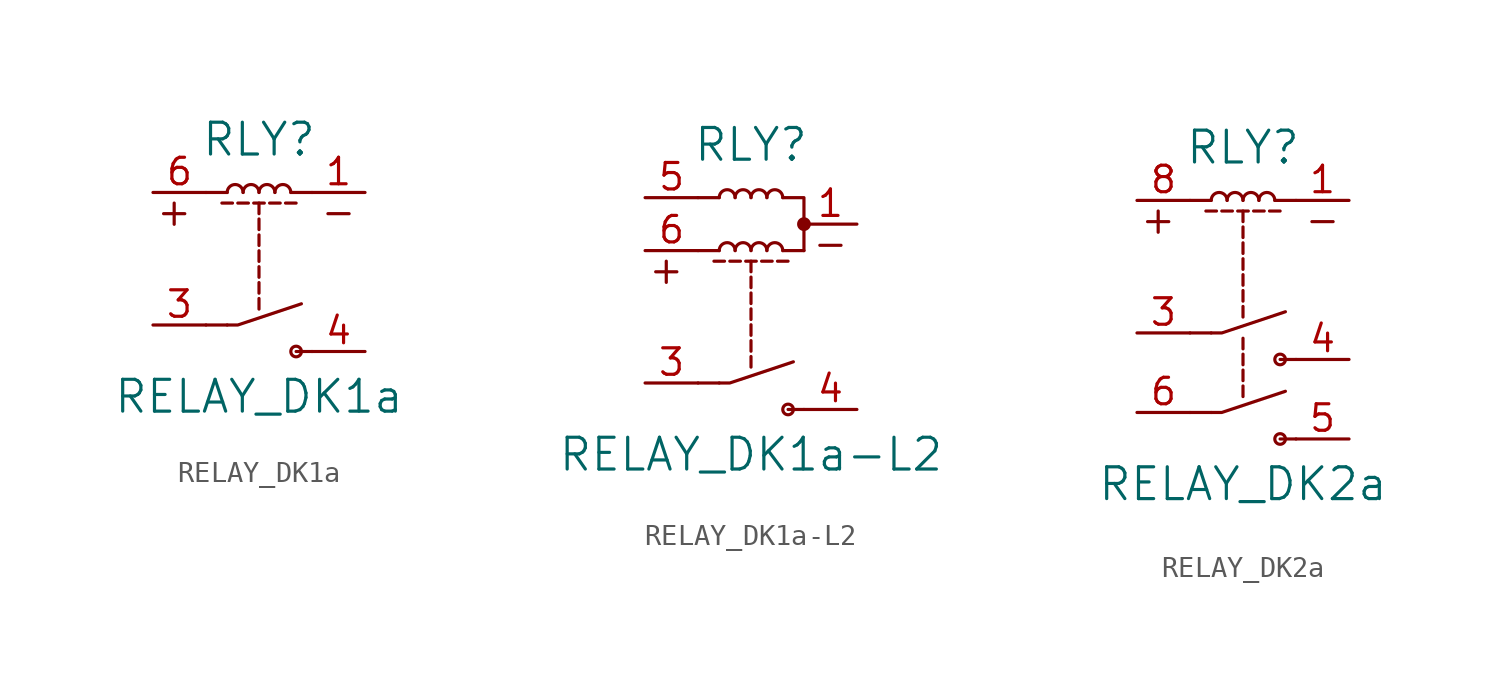
<source format=kicad_sym>
(kicad_symbol_lib
  (version 20220914)
  (generator kicad_symbol_editor)
  (symbol "RELAY_DK1a"
    (pin_names
      (offset 1.016))
    (property "Reference" "RLY"
      (at 0 6.35 0)
      (effects (font (size 1.524 1.524))))
    (property "Value" "RELAY_DK1a"
      (at 0 -5.969 0)
      (effects (font (size 1.524 1.524))))
    (property "Footprint" ""
      (at 0 0 0)
      (effects (font (size 1.524 1.524))))
    (property "Datasheet" ""
      (at 0 0 0)
      (effects (font (size 1.524 1.524))))
    (symbol "RELAY_DK1a_0_1"
      (arc (start -0.762 3.81) (mid -1.143 4.1894) (end -1.524 3.81) (stroke (width 0) (type solid)) (fill (type none)))
      (polyline (pts (xy -4.572 2.794) (xy -3.556 2.794)) (stroke (width 0) (type solid)) (fill (type none)))
      (polyline (pts (xy -4.064 3.302) (xy -4.064 2.286)) (stroke (width 0) (type solid)) (fill (type none)))
      (polyline (pts (xy 3.302 2.794) (xy 4.318 2.794)) (stroke (width 0) (type solid)) (fill (type none)))
      (polyline (pts (xy -1.778 3.302) (xy -1.27 3.302) (xy -1.27 3.302)) (stroke (width 0) (type solid)) (fill (type none)))
      (polyline (pts (xy -1.524 -2.54) (xy -2.54 -2.54) (xy -2.54 -2.54)) (stroke (width 0) (type solid)) (fill (type none)))
      (polyline (pts (xy -1.524 3.81) (xy -2.54 3.81) (xy -2.54 3.81)) (stroke (width 0) (type solid)) (fill (type none)))
      (polyline (pts (xy -1.016 3.302) (xy -0.508 3.302) (xy -0.508 3.302)) (stroke (width 0) (type solid)) (fill (type none)))
      (polyline (pts (xy -0.254 3.302) (xy 0.254 3.302) (xy 0.254 3.302)) (stroke (width 0) (type solid)) (fill (type none)))
      (polyline (pts (xy 0 -1.27) (xy 0 -1.778) (xy 0 -1.778)) (stroke (width 0) (type solid)) (fill (type none)))
      (polyline (pts (xy 0 -0.508) (xy 0 -1.016) (xy 0 -1.016)) (stroke (width 0) (type solid)) (fill (type none)))
      (polyline (pts (xy 0 0.254) (xy 0 -0.254) (xy 0 -0.254)) (stroke (width 0) (type solid)) (fill (type none)))
      (polyline (pts (xy 0 1.016) (xy 0 0.508) (xy 0 0.508)) (stroke (width 0) (type solid)) (fill (type none)))
      (polyline (pts (xy 0 1.778) (xy 0 1.27) (xy 0 1.27)) (stroke (width 0) (type solid)) (fill (type none)))
      (polyline (pts (xy 0 2.54) (xy 0 2.032) (xy 0 2.032)) (stroke (width 0) (type solid)) (fill (type none)))
      (polyline (pts (xy 0 3.302) (xy 0 2.794) (xy 0 2.794)) (stroke (width 0) (type solid)) (fill (type none)))
      (polyline (pts (xy 0.508 3.302) (xy 1.016 3.302) (xy 1.016 3.302)) (stroke (width 0) (type solid)) (fill (type none)))
      (polyline (pts (xy 1.27 3.302) (xy 1.778 3.302) (xy 1.778 3.302)) (stroke (width 0) (type solid)) (fill (type none)))
      (polyline (pts (xy 1.524 3.81) (xy 2.54 3.81) (xy 2.54 3.81)) (stroke (width 0) (type solid)) (fill (type none)))
      (polyline (pts (xy 2.54 -3.81) (xy 1.778 -3.81) (xy 1.778 -3.81)) (stroke (width 0) (type solid)) (fill (type none)))
      (polyline (pts (xy -1.524 -2.54) (xy -1.016 -2.54) (xy 2.032 -1.524) (xy 2.032 -1.524)) (stroke (width 0) (type solid)) (fill (type none)))
      (arc (start 0 3.81) (mid -0.381 4.1894) (end -0.762 3.81) (stroke (width 0) (type solid)) (fill (type none)))
      (arc (start 0.762 3.81) (mid 0.381 4.1894) (end 0 3.81) (stroke (width 0) (type solid)) (fill (type none)))
      (arc (start 1.524 3.81) (mid 1.143 4.1894) (end 0.762 3.81) (stroke (width 0) (type solid)) (fill (type none)))
      (circle (center 1.778 -3.81) (radius 0.254) (stroke (width 0) (type solid)) (fill (type none))))
    (symbol "RELAY_DK1a_1_1"
      (pin passive line (at 5.08 3.81 180) (length 2.54) (name "~" (effects (font (size 1.27 1.27)))) (number "1" (effects (font (size 1.27 1.27)))))
      (pin passive line (at -5.08 -2.54 0) (length 2.54) (name "~" (effects (font (size 1.27 1.27)))) (number "3" (effects (font (size 1.27 1.27)))))
      (pin passive line (at 5.08 -3.81 180) (length 2.54) (name "~" (effects (font (size 1.27 1.27)))) (number "4" (effects (font (size 1.27 1.27)))))
      (pin passive line (at -5.08 3.81 0) (length 2.54) (name "~" (effects (font (size 1.27 1.27)))) (number "6" (effects (font (size 1.27 1.27)))))))
  (symbol "RELAY_DK1a-L2"
    (pin_names
      (offset 1.016))
    (property "Reference" "RLY"
      (at 0 7.62 0)
      (effects (font (size 1.524 1.524))))
    (property "Value" "RELAY_DK1a-L2"
      (at 0 -7.239 0)
      (effects (font (size 1.524 1.524))))
    (property "Footprint" ""
      (at 0 0 0)
      (effects (font (size 1.524 1.524))))
    (property "Datasheet" ""
      (at 0 0 0)
      (effects (font (size 1.524 1.524))))
    (symbol "RELAY_DK1a-L2_0_1"
      (arc (start -0.762 2.54) (mid -1.143 2.9194) (end -1.524 2.54) (stroke (width 0) (type solid)) (fill (type none)))
      (arc (start -0.762 5.08) (mid -1.143 5.4594) (end -1.524 5.08) (stroke (width 0) (type solid)) (fill (type none)))
      (polyline (pts (xy -4.572 1.524) (xy -3.556 1.524)) (stroke (width 0) (type solid)) (fill (type none)))
      (polyline (pts (xy -4.064 2.032) (xy -4.064 1.016)) (stroke (width 0) (type solid)) (fill (type none)))
      (polyline (pts (xy -2.54 5.08) (xy -1.524 5.08)) (stroke (width 0) (type solid)) (fill (type none)))
      (polyline (pts (xy 3.302 2.794) (xy 4.318 2.794)) (stroke (width 0) (type solid)) (fill (type none)))
      (polyline (pts (xy -1.778 2.032) (xy -1.27 2.032) (xy -1.27 2.032)) (stroke (width 0) (type solid)) (fill (type none)))
      (polyline (pts (xy -1.524 -3.81) (xy -2.54 -3.81) (xy -2.54 -3.81)) (stroke (width 0) (type solid)) (fill (type none)))
      (polyline (pts (xy -1.524 2.54) (xy -2.54 2.54) (xy -2.54 2.54)) (stroke (width 0) (type solid)) (fill (type none)))
      (polyline (pts (xy -1.016 2.032) (xy -0.508 2.032) (xy -0.508 2.032)) (stroke (width 0) (type solid)) (fill (type none)))
      (polyline (pts (xy -0.254 2.032) (xy 0.254 2.032) (xy 0.254 2.032)) (stroke (width 0) (type solid)) (fill (type none)))
      (polyline (pts (xy 0 -2.54) (xy 0 -3.048) (xy 0 -3.048)) (stroke (width 0) (type solid)) (fill (type none)))
      (polyline (pts (xy 0 -1.778) (xy 0 -2.286) (xy 0 -2.286)) (stroke (width 0) (type solid)) (fill (type none)))
      (polyline (pts (xy 0 -1.016) (xy 0 -1.524) (xy 0 -1.524)) (stroke (width 0) (type solid)) (fill (type none)))
      (polyline (pts (xy 0 -0.254) (xy 0 -0.762) (xy 0 -0.762)) (stroke (width 0) (type solid)) (fill (type none)))
      (polyline (pts (xy 0 0.508) (xy 0 0) (xy 0 0)) (stroke (width 0) (type solid)) (fill (type none)))
      (polyline (pts (xy 0 1.27) (xy 0 0.762) (xy 0 0.762)) (stroke (width 0) (type solid)) (fill (type none)))
      (polyline (pts (xy 0 2.032) (xy 0 1.524) (xy 0 1.524)) (stroke (width 0) (type solid)) (fill (type none)))
      (polyline (pts (xy 0.508 2.032) (xy 1.016 2.032) (xy 1.016 2.032)) (stroke (width 0) (type solid)) (fill (type none)))
      (polyline (pts (xy 1.27 2.032) (xy 1.778 2.032) (xy 1.778 2.032)) (stroke (width 0) (type solid)) (fill (type none)))
      (polyline (pts (xy 1.524 2.54) (xy 2.54 2.54) (xy 2.54 2.54)) (stroke (width 0) (type solid)) (fill (type none)))
      (polyline (pts (xy 2.54 -5.08) (xy 1.778 -5.08) (xy 1.778 -5.08)) (stroke (width 0) (type solid)) (fill (type none)))
      (polyline (pts (xy 2.54 2.54) (xy 2.54 5.08) (xy 1.524 5.08)) (stroke (width 0) (type solid)) (fill (type none)))
      (polyline (pts (xy -1.524 -3.81) (xy -1.016 -3.81) (xy 2.032 -2.794) (xy 2.032 -2.794)) (stroke (width 0) (type solid)) (fill (type none)))
      (arc (start 0 2.54) (mid -0.381 2.9194) (end -0.762 2.54) (stroke (width 0) (type solid)) (fill (type none)))
      (arc (start 0 5.08) (mid -0.381 5.4594) (end -0.762 5.08) (stroke (width 0) (type solid)) (fill (type none)))
      (arc (start 0.762 2.54) (mid 0.381 2.9194) (end 0 2.54) (stroke (width 0) (type solid)) (fill (type none)))
      (arc (start 0.762 5.08) (mid 0.381 5.4594) (end 0 5.08) (stroke (width 0) (type solid)) (fill (type none)))
      (arc (start 1.524 2.54) (mid 1.143 2.9194) (end 0.762 2.54) (stroke (width 0) (type solid)) (fill (type none)))
      (arc (start 1.524 5.08) (mid 1.143 5.4594) (end 0.762 5.08) (stroke (width 0) (type solid)) (fill (type none)))
      (circle (center 1.778 -5.08) (radius 0.254) (stroke (width 0) (type solid)) (fill (type none)))
      (circle (center 2.54 3.81) (radius 0.254) (stroke (width 0) (type solid)) (fill (type outline))))
    (symbol "RELAY_DK1a-L2_1_1"
      (pin passive line (at 5.08 3.81 180) (length 2.54) (name "~" (effects (font (size 1.27 1.27)))) (number "1" (effects (font (size 1.27 1.27)))))
      (pin passive line (at -5.08 -3.81 0) (length 2.54) (name "~" (effects (font (size 1.27 1.27)))) (number "3" (effects (font (size 1.27 1.27)))))
      (pin passive line (at 5.08 -5.08 180) (length 2.54) (name "~" (effects (font (size 1.27 1.27)))) (number "4" (effects (font (size 1.27 1.27)))))
      (pin passive line (at -5.08 5.08 0) (length 2.54) (name "~" (effects (font (size 1.27 1.27)))) (number "5" (effects (font (size 1.27 1.27)))))
      (pin passive line (at -5.08 2.54 0) (length 2.54) (name "~" (effects (font (size 1.27 1.27)))) (number "6" (effects (font (size 1.27 1.27)))))))
  (symbol "RELAY_DK2a"
    (pin_names
      (offset 1.016))
    (property "Reference" "RLY"
      (at 0 7.62 0)
      (effects (font (size 1.524 1.524))))
    (property "Value" "RELAY_DK2a"
      (at 0 -8.509 0)
      (effects (font (size 1.524 1.524))))
    (property "Footprint" ""
      (at 0 0 0)
      (effects (font (size 1.524 1.524))))
    (property "Datasheet" ""
      (at 0 0 0)
      (effects (font (size 1.524 1.524))))
    (symbol "RELAY_DK2a_0_1"
      (arc (start -0.762 5.08) (mid -1.143 5.4594) (end -1.524 5.08) (stroke (width 0) (type solid)) (fill (type none)))
      (polyline (pts (xy -4.572 4.064) (xy -3.556 4.064)) (stroke (width 0) (type solid)) (fill (type none)))
      (polyline (pts (xy -4.064 4.572) (xy -4.064 3.556)) (stroke (width 0) (type solid)) (fill (type none)))
      (polyline (pts (xy 3.302 4.064) (xy 4.318 4.064)) (stroke (width 0) (type solid)) (fill (type none)))
      (polyline (pts (xy -1.778 4.572) (xy -1.27 4.572) (xy -1.27 4.572)) (stroke (width 0) (type solid)) (fill (type none)))
      (polyline (pts (xy -1.524 -5.08) (xy -2.54 -5.08) (xy -2.54 -5.08)) (stroke (width 0) (type solid)) (fill (type none)))
      (polyline (pts (xy -1.524 -1.27) (xy -2.54 -1.27) (xy -2.54 -1.27)) (stroke (width 0) (type solid)) (fill (type none)))
      (polyline (pts (xy -1.524 5.08) (xy -2.54 5.08) (xy -2.54 5.08)) (stroke (width 0) (type solid)) (fill (type none)))
      (polyline (pts (xy -1.016 4.572) (xy -0.508 4.572) (xy -0.508 4.572)) (stroke (width 0) (type solid)) (fill (type none)))
      (polyline (pts (xy -0.254 4.572) (xy 0.254 4.572) (xy 0.254 4.572)) (stroke (width 0) (type solid)) (fill (type none)))
      (polyline (pts (xy 0 -3.81) (xy 0 -4.318) (xy 0 -4.318)) (stroke (width 0) (type solid)) (fill (type none)))
      (polyline (pts (xy 0 -3.048) (xy 0 -3.556) (xy 0 -3.556)) (stroke (width 0) (type solid)) (fill (type none)))
      (polyline (pts (xy 0 -2.286) (xy 0 -2.794) (xy 0 -2.794)) (stroke (width 0) (type solid)) (fill (type none)))
      (polyline (pts (xy 0 -1.524) (xy 0 -2.032) (xy 0 -2.032)) (stroke (width 0) (type solid)) (fill (type none)))
      (polyline (pts (xy 0 0) (xy 0 -0.508) (xy 0 -0.508)) (stroke (width 0) (type solid)) (fill (type none)))
      (polyline (pts (xy 0 0.762) (xy 0 0.254) (xy 0 0.254)) (stroke (width 0) (type solid)) (fill (type none)))
      (polyline (pts (xy 0 1.524) (xy 0 1.016) (xy 0 1.016)) (stroke (width 0) (type solid)) (fill (type none)))
      (polyline (pts (xy 0 2.286) (xy 0 1.778) (xy 0 1.778)) (stroke (width 0) (type solid)) (fill (type none)))
      (polyline (pts (xy 0 3.048) (xy 0 2.54) (xy 0 2.54)) (stroke (width 0) (type solid)) (fill (type none)))
      (polyline (pts (xy 0 3.81) (xy 0 3.302) (xy 0 3.302)) (stroke (width 0) (type solid)) (fill (type none)))
      (polyline (pts (xy 0 4.572) (xy 0 4.064) (xy 0 4.064)) (stroke (width 0) (type solid)) (fill (type none)))
      (polyline (pts (xy 0.508 4.572) (xy 1.016 4.572) (xy 1.016 4.572)) (stroke (width 0) (type solid)) (fill (type none)))
      (polyline (pts (xy 1.27 4.572) (xy 1.778 4.572) (xy 1.778 4.572)) (stroke (width 0) (type solid)) (fill (type none)))
      (polyline (pts (xy 1.524 5.08) (xy 2.54 5.08) (xy 2.54 5.08)) (stroke (width 0) (type solid)) (fill (type none)))
      (polyline (pts (xy 2.54 -6.35) (xy 1.778 -6.35) (xy 1.778 -6.35)) (stroke (width 0) (type solid)) (fill (type none)))
      (polyline (pts (xy 2.54 -2.54) (xy 1.778 -2.54) (xy 1.778 -2.54)) (stroke (width 0) (type solid)) (fill (type none)))
      (polyline (pts (xy -1.524 -5.08) (xy -1.016 -5.08) (xy 2.032 -4.064) (xy 2.032 -4.064)) (stroke (width 0) (type solid)) (fill (type none)))
      (polyline (pts (xy -1.524 -1.27) (xy -1.016 -1.27) (xy 2.032 -0.254) (xy 2.032 -0.254)) (stroke (width 0) (type solid)) (fill (type none)))
      (arc (start 0 5.08) (mid -0.381 5.4594) (end -0.762 5.08) (stroke (width 0) (type solid)) (fill (type none)))
      (arc (start 0.762 5.08) (mid 0.381 5.4594) (end 0 5.08) (stroke (width 0) (type solid)) (fill (type none)))
      (arc (start 1.524 5.08) (mid 1.143 5.4594) (end 0.762 5.08) (stroke (width 0) (type solid)) (fill (type none)))
      (circle (center 1.778 -6.35) (radius 0.254) (stroke (width 0) (type solid)) (fill (type none)))
      (circle (center 1.778 -2.54) (radius 0.254) (stroke (width 0) (type solid)) (fill (type none))))
    (symbol "RELAY_DK2a_1_1"
      (pin passive line (at 5.08 5.08 180) (length 2.54) (name "~" (effects (font (size 1.27 1.27)))) (number "1" (effects (font (size 1.27 1.27)))))
      (pin passive line (at -5.08 -1.27 0) (length 2.54) (name "~" (effects (font (size 1.27 1.27)))) (number "3" (effects (font (size 1.27 1.27)))))
      (pin passive line (at 5.08 -2.54 180) (length 2.54) (name "~" (effects (font (size 1.27 1.27)))) (number "4" (effects (font (size 1.27 1.27)))))
      (pin passive line (at 5.08 -6.35 180) (length 2.54) (name "~" (effects (font (size 1.27 1.27)))) (number "5" (effects (font (size 1.27 1.27)))))
      (pin passive line (at -5.08 -5.08 0) (length 2.54) (name "~" (effects (font (size 1.27 1.27)))) (number "6" (effects (font (size 1.27 1.27)))))
      (pin passive line (at -5.08 5.08 0) (length 2.54) (name "~" (effects (font (size 1.27 1.27)))) (number "8" (effects (font (size 1.27 1.27))))))))
</source>
